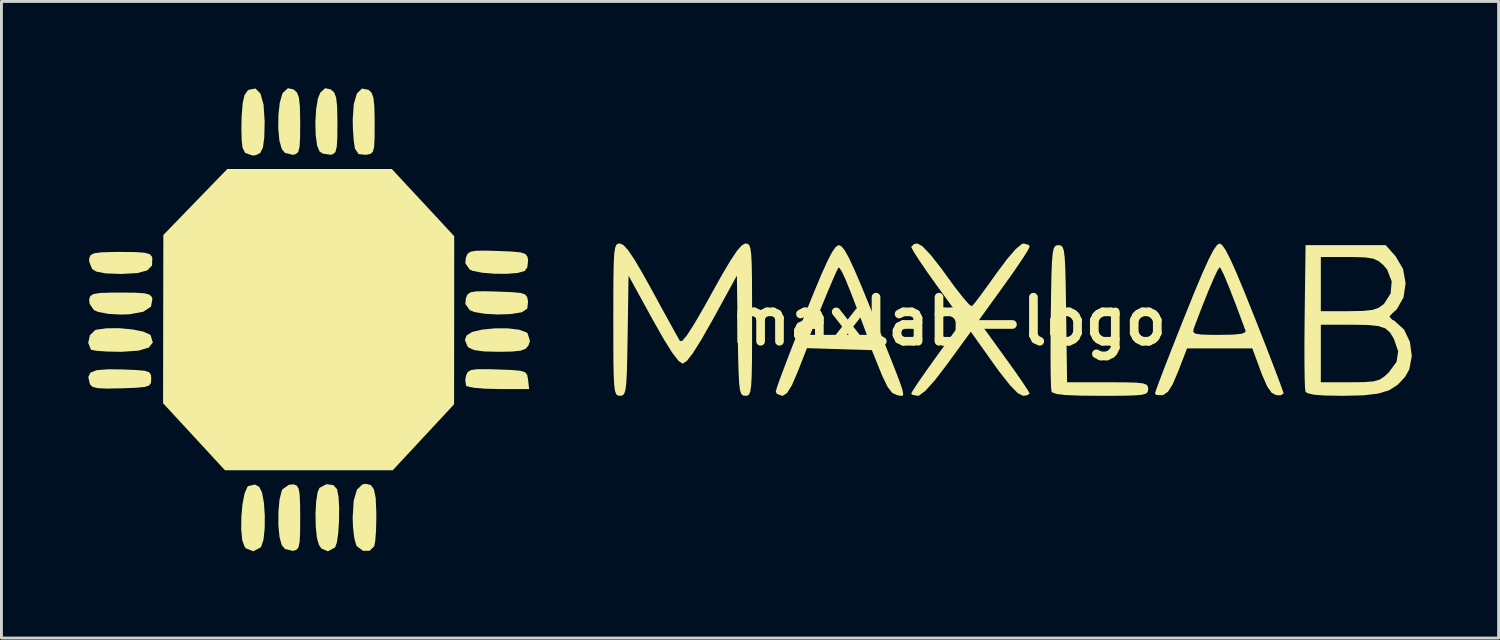
<source format=kicad_pcb>
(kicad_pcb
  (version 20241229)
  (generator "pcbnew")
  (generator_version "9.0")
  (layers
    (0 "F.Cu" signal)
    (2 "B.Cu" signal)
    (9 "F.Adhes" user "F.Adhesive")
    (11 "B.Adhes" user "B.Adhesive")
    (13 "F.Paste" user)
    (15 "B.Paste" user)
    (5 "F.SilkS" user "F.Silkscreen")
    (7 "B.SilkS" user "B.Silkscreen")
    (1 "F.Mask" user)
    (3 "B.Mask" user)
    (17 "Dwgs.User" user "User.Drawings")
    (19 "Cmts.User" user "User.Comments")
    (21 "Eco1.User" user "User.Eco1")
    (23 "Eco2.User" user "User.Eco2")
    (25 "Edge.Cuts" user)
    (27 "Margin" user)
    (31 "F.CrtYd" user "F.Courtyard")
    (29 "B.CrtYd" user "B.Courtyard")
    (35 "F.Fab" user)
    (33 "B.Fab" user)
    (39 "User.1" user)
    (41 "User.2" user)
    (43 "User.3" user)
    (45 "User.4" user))
  (footprint "maxlab-logo"
    (layer "F.Cu")
    (at 29.745 8.061)
    (property "Reference" "maxlab-logo" (at 0 0 0) (layer "F.SilkS") (effects (font (size 1.524 1.524) (thickness 0.3))))
    (attr board_only exclude_from_pos_files exclude_from_bom)
    (fp_poly (pts (xy -18.168 -4.106) (xy -17.089 -2.944) (xy -17.091 -0.038) (xy -17.093 2.868) (xy -18.154 4.009) (xy -19.216 5.15) (xy -25.016 5.15) (xy -27.156 2.832) (xy -27.152 -0.076) (xy -27.147 -2.985) (xy -26.042 -4.126) (xy -24.936 -5.267) (xy -19.247 -5.267)) (stroke (width 0) (type solid)) (fill yes) (layer "F.SilkS"))
    (fp_poly (pts (xy -21.266 5.663) (xy -21.14 5.804) (xy -21.09 6.062) (xy -21.068 6.448) (xy -21.072 6.891) (xy -21.099 7.315) (xy -21.146 7.65) (xy -21.21 7.819) (xy -21.457 7.952) (xy -21.681 7.856) (xy -21.767 7.733) (xy -21.838 7.479) (xy -21.877 7.094) (xy -21.886 6.652) (xy -21.863 6.23) (xy -21.812 5.903) (xy -21.748 5.759) (xy -21.506 5.631)) (stroke (width 0) (type solid)) (fill yes) (layer "F.SilkS"))
    (fp_poly (pts (xy -28.215 0.28) (xy -27.843 0.355) (xy -27.613 0.456) (xy -27.584 0.488) (xy -27.511 0.732) (xy -27.648 0.906) (xy -27.999 1.012) (xy -28.57 1.053) (xy -28.672 1.053) (xy -29.112 1.044) (xy -29.455 1.019) (xy -29.641 0.983) (xy -29.653 0.975) (xy -29.745 0.743) (xy -29.686 0.481) (xy -29.505 0.303) (xy -29.464 0.289) (xy -29.097 0.239) (xy -28.657 0.238)) (stroke (width 0) (type solid)) (fill yes) (layer "F.SilkS"))
    (fp_poly (pts (xy -28.116 -0.99) (xy -27.8 -0.969) (xy -27.626 -0.923) (xy -27.547 -0.842) (xy -27.525 -0.769) (xy -27.575 -0.507) (xy -27.84 -0.332) (xy -28.316 -0.244) (xy -28.619 -0.234) (xy -29.057 -0.259) (xy -29.404 -0.326) (xy -29.546 -0.388) (xy -29.697 -0.604) (xy -29.713 -0.769) (xy -29.67 -0.877) (xy -29.561 -0.944) (xy -29.34 -0.98) (xy -28.96 -0.993) (xy -28.619 -0.995)) (stroke (width 0) (type solid)) (fill yes) (layer "F.SilkS"))
    (fp_poly (pts (xy -23.83 5.727) (xy -23.733 5.924) (xy -23.669 6.278) (xy -23.639 6.716) (xy -23.643 7.164) (xy -23.684 7.548) (xy -23.764 7.793) (xy -23.785 7.819) (xy -24.038 7.952) (xy -24.283 7.853) (xy -24.337 7.795) (xy -24.418 7.573) (xy -24.454 7.206) (xy -24.45 6.767) (xy -24.411 6.325) (xy -24.339 5.954) (xy -24.241 5.725) (xy -24.21 5.696) (xy -23.979 5.643)) (stroke (width 0) (type solid)) (fill yes) (layer "F.SilkS"))
    (fp_poly (pts (xy -23.791 -7.879) (xy -23.683 -7.499) (xy -23.644 -6.921) (xy -23.644 -6.893) (xy -23.657 -6.355) (xy -23.703 -6.01) (xy -23.798 -5.82) (xy -23.956 -5.743) (xy -24.064 -5.735) (xy -24.315 -5.821) (xy -24.409 -6.001) (xy -24.438 -6.253) (xy -24.449 -6.649) (xy -24.44 -7.072) (xy -24.405 -7.537) (xy -24.341 -7.821) (xy -24.233 -7.978) (xy -24.193 -8.006) (xy -23.963 -8.051)) (stroke (width 0) (type solid)) (fill yes) (layer "F.SilkS"))
    (fp_poly (pts (xy -19.973 5.66) (xy -19.865 5.811) (xy -19.805 6.107) (xy -19.783 6.587) (xy -19.782 6.789) (xy -19.792 7.223) (xy -19.818 7.579) (xy -19.853 7.774) (xy -20.012 7.934) (xy -20.243 7.934) (xy -20.449 7.782) (xy -20.48 7.733) (xy -20.545 7.497) (xy -20.589 7.12) (xy -20.601 6.789) (xy -20.565 6.2) (xy -20.454 5.821) (xy -20.263 5.639) (xy -20.141 5.618)) (stroke (width 0) (type solid)) (fill yes) (layer "F.SilkS"))
    (fp_poly (pts (xy -15.588 1.664) (xy -15.1 1.682) (xy -14.799 1.71) (xy -14.636 1.762) (xy -14.565 1.855) (xy -14.537 2.004) (xy -14.536 2.019) (xy -14.499 2.341) (xy -15.553 2.341) (xy -16.031 2.329) (xy -16.413 2.296) (xy -16.642 2.248) (xy -16.68 2.223) (xy -16.708 2.025) (xy -16.678 1.867) (xy -16.622 1.753) (xy -16.513 1.686) (xy -16.299 1.655) (xy -15.933 1.654)) (stroke (width 0) (type solid)) (fill yes) (layer "F.SilkS"))
    (fp_poly (pts (xy -15.237 0.243) (xy -14.849 0.288) (xy -14.592 0.381) (xy -14.55 0.42) (xy -14.47 0.682) (xy -14.523 0.836) (xy -14.618 0.948) (xy -14.789 1.014) (xy -15.09 1.046) (xy -15.558 1.053) (xy -16.072 1.04) (xy -16.4 0.994) (xy -16.588 0.908) (xy -16.629 0.868) (xy -16.72 0.642) (xy -16.661 0.488) (xy -16.47 0.367) (xy -16.121 0.285) (xy -15.685 0.243)) (stroke (width 0) (type solid)) (fill yes) (layer "F.SilkS"))
    (fp_poly (pts (xy -28.113 -2.394) (xy -27.795 -2.372) (xy -27.621 -2.324) (xy -27.544 -2.242) (xy -27.528 -2.189) (xy -27.538 -1.931) (xy -27.702 -1.762) (xy -28.045 -1.669) (xy -28.591 -1.639) (xy -28.619 -1.639) (xy -29.144 -1.658) (xy -29.469 -1.721) (xy -29.609 -1.809) (xy -29.711 -2.06) (xy -29.71 -2.189) (xy -29.663 -2.29) (xy -29.54 -2.353) (xy -29.296 -2.386) (xy -28.885 -2.398) (xy -28.619 -2.4)) (stroke (width 0) (type solid)) (fill yes) (layer "F.SilkS"))
    (fp_poly (pts (xy -15.588 -2.433) (xy -15.099 -2.413) (xy -14.796 -2.384) (xy -14.632 -2.331) (xy -14.559 -2.24) (xy -14.533 -2.12) (xy -14.561 -1.866) (xy -14.65 -1.742) (xy -14.888 -1.674) (xy -15.272 -1.643) (xy -15.718 -1.647) (xy -16.142 -1.683) (xy -16.46 -1.749) (xy -16.555 -1.794) (xy -16.706 -2.009) (xy -16.685 -2.208) (xy -16.63 -2.332) (xy -16.53 -2.406) (xy -16.336 -2.44) (xy -15.997 -2.445)) (stroke (width 0) (type solid)) (fill yes) (layer "F.SilkS"))
    (fp_poly (pts (xy -22.652 -8.02) (xy -22.627 -8.005) (xy -22.523 -7.907) (xy -22.459 -7.734) (xy -22.426 -7.438) (xy -22.416 -6.968) (xy -22.415 -6.835) (xy -22.419 -6.338) (xy -22.438 -6.028) (xy -22.482 -5.859) (xy -22.564 -5.783) (xy -22.671 -5.758) (xy -22.941 -5.823) (xy -23.051 -5.955) (xy -23.134 -6.247) (xy -23.173 -6.668) (xy -23.168 -7.134) (xy -23.121 -7.56) (xy -23.035 -7.861) (xy -23.007 -7.908) (xy -22.839 -8.061)) (stroke (width 0) (type solid)) (fill yes) (layer "F.SilkS"))
    (fp_poly (pts (xy -22.536 5.678) (xy -22.469 5.783) (xy -22.433 5.996) (xy -22.418 6.363) (xy -22.415 6.791) (xy -22.418 7.307) (xy -22.435 7.635) (xy -22.475 7.819) (xy -22.548 7.904) (xy -22.665 7.936) (xy -22.671 7.937) (xy -22.941 7.872) (xy -23.051 7.74) (xy -23.13 7.46) (xy -23.169 7.048) (xy -23.168 6.589) (xy -23.13 6.166) (xy -23.055 5.863) (xy -23.022 5.804) (xy -22.806 5.652) (xy -22.642 5.637)) (stroke (width 0) (type solid)) (fill yes) (layer "F.SilkS"))
    (fp_poly (pts (xy -21.364 -8.02) (xy -21.339 -8.005) (xy -21.235 -7.907) (xy -21.172 -7.734) (xy -21.139 -7.438) (xy -21.128 -6.968) (xy -21.128 -6.835) (xy -21.132 -6.336) (xy -21.152 -6.025) (xy -21.197 -5.855) (xy -21.279 -5.781) (xy -21.363 -5.76) (xy -21.627 -5.798) (xy -21.744 -5.871) (xy -21.831 -6.081) (xy -21.879 -6.445) (xy -21.89 -6.887) (xy -21.864 -7.332) (xy -21.803 -7.703) (xy -21.72 -7.908) (xy -21.551 -8.061)) (stroke (width 0) (type solid)) (fill yes) (layer "F.SilkS"))
    (fp_poly (pts (xy -20.052 -8.005) (xy -19.948 -7.907) (xy -19.884 -7.734) (xy -19.851 -7.438) (xy -19.84 -6.968) (xy -19.84 -6.835) (xy -19.842 -6.339) (xy -19.859 -6.031) (xy -19.902 -5.863) (xy -19.985 -5.789) (xy -20.123 -5.761) (xy -20.147 -5.758) (xy -20.396 -5.783) (xy -20.518 -5.966) (xy -20.526 -5.993) (xy -20.565 -6.255) (xy -20.592 -6.652) (xy -20.599 -6.971) (xy -20.562 -7.517) (xy -20.452 -7.882) (xy -20.278 -8.049)) (stroke (width 0) (type solid)) (fill yes) (layer "F.SilkS"))
    (fp_poly (pts (xy -15.588 -1.029) (xy -15.1 -1.01) (xy -14.798 -0.982) (xy -14.636 -0.929) (xy -14.565 -0.838) (xy -14.538 -0.691) (xy -14.537 -0.688) (xy -14.561 -0.439) (xy -14.745 -0.317) (xy -14.771 -0.31) (xy -15.142 -0.251) (xy -15.593 -0.237) (xy -16.038 -0.262) (xy -16.396 -0.323) (xy -16.555 -0.389) (xy -16.706 -0.604) (xy -16.685 -0.803) (xy -16.63 -0.928) (xy -16.53 -1.002) (xy -16.336 -1.036) (xy -15.997 -1.04)) (stroke (width 0) (type solid)) (fill yes) (layer "F.SilkS"))
    (fp_poly (pts (xy -28.592 1.663) (xy -28.101 1.682) (xy -27.798 1.709) (xy -27.639 1.759) (xy -27.576 1.846) (xy -27.565 1.984) (xy -27.565 1.99) (xy -27.575 2.13) (xy -27.635 2.218) (xy -27.79 2.269) (xy -28.087 2.297) (xy -28.571 2.316) (xy -28.592 2.316) (xy -29.104 2.326) (xy -29.427 2.309) (xy -29.606 2.261) (xy -29.685 2.175) (xy -29.687 2.17) (xy -29.742 1.931) (xy -29.671 1.775) (xy -29.447 1.688) (xy -29.039 1.657)) (stroke (width 0) (type solid)) (fill yes) (layer "F.SilkS"))
    (fp_poly (pts (xy 3.883 -2.624) (xy 3.943 -2.575) (xy 3.986 -2.456) (xy 4.017 -2.238) (xy 4.038 -1.891) (xy 4.052 -1.385) (xy 4.064 -0.689) (xy 4.07 -0.263) (xy 4.102 2.107) (xy 5.504 2.107) (xy 6.096 2.109) (xy 6.493 2.12) (xy 6.734 2.147) (xy 6.857 2.196) (xy 6.901 2.273) (xy 6.906 2.341) (xy 6.894 2.434) (xy 6.833 2.498) (xy 6.689 2.539) (xy 6.424 2.562) (xy 6.004 2.573) (xy 5.391 2.575) (xy 5.264 2.575) (xy 4.561 2.569) (xy 4.066 2.55) (xy 3.752 2.514) (xy 3.593 2.46) (xy 3.564 2.426) (xy 3.548 2.268) (xy 3.537 1.914) (xy 3.531 1.399) (xy 3.531 0.762) (xy 3.536 0.039) (xy 3.538 -0.179) (xy 3.55 -0.996) (xy 3.562 -1.608) (xy 3.579 -2.045) (xy 3.603 -2.336) (xy 3.638 -2.511) (xy 3.686 -2.6) (xy 3.752 -2.63) (xy 3.804 -2.634)) (stroke (width 0) (type solid)) (fill yes) (layer "F.SilkS"))
    (fp_poly (pts (xy 2.776 -2.642) (xy 2.809 -2.582) (xy 2.744 -2.451) (xy 2.566 -2.17) (xy 2.302 -1.779) (xy 1.976 -1.318) (xy 1.924 -1.246) (xy 1.039 -0.02) (xy 1.924 1.201) (xy 2.256 1.664) (xy 2.532 2.059) (xy 2.724 2.348) (xy 2.808 2.491) (xy 2.809 2.498) (xy 2.711 2.561) (xy 2.579 2.575) (xy 2.398 2.484) (xy 2.124 2.204) (xy 1.751 1.729) (xy 1.562 1.467) (xy 0.774 0.359) (xy -0.033 1.467) (xy -0.466 2.034) (xy -0.795 2.401) (xy -1.018 2.566) (xy -1.063 2.575) (xy -1.248 2.541) (xy -1.288 2.498) (xy -1.223 2.379) (xy -1.045 2.11) (xy -0.78 1.729) (xy -0.455 1.273) (xy -0.403 1.201) (xy 0.482 -0.019) (xy -0.403 -1.239) (xy -0.736 -1.706) (xy -1.011 -2.11) (xy -1.204 -2.41) (xy -1.286 -2.567) (xy -1.288 -2.575) (xy -1.19 -2.673) (xy -1.072 -2.692) (xy -0.894 -2.591) (xy -0.613 -2.296) (xy -0.239 -1.818) (xy -0.067 -1.579) (xy 0.249 -1.148) (xy 0.52 -0.804) (xy 0.716 -0.583) (xy 0.808 -0.52) (xy 0.907 -0.632) (xy 1.108 -0.895) (xy 1.381 -1.267) (xy 1.641 -1.633) (xy 2.022 -2.146) (xy 2.328 -2.5) (xy 2.542 -2.676) (xy 2.598 -2.692)) (stroke (width 0) (type solid)) (fill yes) (layer "F.SilkS"))
    (fp_poly (pts (xy -3.696 -2.592) (xy -3.584 -2.451) (xy -3.438 -2.187) (xy -3.248 -1.778) (xy -3.001 -1.201) (xy -2.687 -0.433) (xy -2.607 -0.234) (xy -2.261 0.627) (xy -1.994 1.294) (xy -1.798 1.792) (xy -1.666 2.144) (xy -1.59 2.374) (xy -1.564 2.508) (xy -1.581 2.568) (xy -1.632 2.579) (xy -1.711 2.565) (xy -1.766 2.555) (xy -1.939 2.478) (xy -2.102 2.271) (xy -2.285 1.893) (xy -2.341 1.756) (xy -2.65 0.995) (xy -3.771 0.962) (xy -4.892 0.928) (xy -5.215 1.752) (xy -5.414 2.211) (xy -5.577 2.475) (xy -5.725 2.573) (xy -5.754 2.575) (xy -5.934 2.508) (xy -5.97 2.426) (xy -5.928 2.278) (xy -5.81 1.947) (xy -5.629 1.464) (xy -5.398 0.864) (xy -5.242 0.468) (xy -4.783 0.468) (xy -2.82 0.468) (xy -3.111 -0.306) (xy -3.365 -0.97) (xy -3.553 -1.433) (xy -3.684 -1.718) (xy -3.768 -1.846) (xy -3.806 -1.852) (xy -3.871 -1.726) (xy -4.002 -1.431) (xy -4.178 -1.015) (xy -4.323 -0.663) (xy -4.783 0.468) (xy -5.242 0.468) (xy -5.129 0.179) (xy -4.986 -0.178) (xy -4.652 -1.003) (xy -4.389 -1.63) (xy -4.184 -2.084) (xy -4.027 -2.386) (xy -3.907 -2.561) (xy -3.812 -2.63) (xy -3.786 -2.634)) (stroke (width 0) (type solid)) (fill yes) (layer "F.SilkS"))
    (fp_poly (pts (xy 9.464 -2.638) (xy 9.585 -2.464) (xy 9.747 -2.149) (xy 9.96 -1.674) (xy 10.233 -1.019) (xy 10.576 -0.163) (xy 10.583 -0.146) (xy 10.868 0.578) (xy 11.122 1.231) (xy 11.332 1.78) (xy 11.487 2.194) (xy 11.574 2.441) (xy 11.589 2.495) (xy 11.491 2.557) (xy 11.339 2.554) (xy 11.177 2.472) (xy 11.021 2.252) (xy 10.847 1.853) (xy 10.799 1.726) (xy 10.508 0.936) (xy 8.25 0.936) (xy 7.946 1.726) (xy 7.755 2.175) (xy 7.591 2.435) (xy 7.429 2.546) (xy 7.391 2.554) (xy 7.193 2.547) (xy 7.14 2.497) (xy 7.182 2.365) (xy 7.299 2.048) (xy 7.479 1.577) (xy 7.71 0.984) (xy 7.954 0.364) (xy 8.463 0.364) (xy 8.536 0.425) (xy 8.74 0.457) (xy 9.117 0.467) (xy 9.364 0.468) (xy 9.86 0.459) (xy 10.152 0.427) (xy 10.27 0.368) (xy 10.272 0.322) (xy 9.954 -0.532) (xy 9.703 -1.18) (xy 9.52 -1.619) (xy 9.408 -1.843) (xy 9.378 -1.872) (xy 9.307 -1.769) (xy 9.173 -1.483) (xy 8.99 -1.055) (xy 8.776 -0.521) (xy 8.546 0.079) (xy 8.478 0.263) (xy 8.463 0.364) (xy 7.954 0.364) (xy 7.98 0.299) (xy 8.157 -0.145) (xy 8.504 -1.005) (xy 8.781 -1.664) (xy 8.998 -2.143) (xy 9.162 -2.461) (xy 9.285 -2.637) (xy 9.374 -2.692) (xy 9.375 -2.692)) (stroke (width 0) (type solid)) (fill yes) (layer "F.SilkS"))
    (fp_poly (pts (xy 15.461 -2.251) (xy 15.718 -1.815) (xy 15.808 -1.318) (xy 15.736 -0.829) (xy 15.504 -0.418) (xy 15.352 -0.279) (xy 15.248 -0.166) (xy 15.335 -0.065) (xy 15.428 -0.012) (xy 15.755 0.284) (xy 15.957 0.712) (xy 16.022 1.196) (xy 15.936 1.661) (xy 15.792 1.918) (xy 15.534 2.194) (xy 15.239 2.383) (xy 14.859 2.499) (xy 14.344 2.559) (xy 13.645 2.575) (xy 13.639 2.575) (xy 13.028 2.566) (xy 12.625 2.535) (xy 12.404 2.481) (xy 12.343 2.426) (xy 12.327 2.268) (xy 12.322 2.107) (xy 12.876 2.107) (xy 13.88 2.107) (xy 14.373 2.102) (xy 14.696 2.076) (xy 14.912 2.014) (xy 15.084 1.899) (xy 15.226 1.765) (xy 15.495 1.402) (xy 15.55 1.034) (xy 15.4 0.6) (xy 15.396 0.594) (xy 15.267 0.383) (xy 15.108 0.245) (xy 14.869 0.165) (xy 14.501 0.127) (xy 13.956 0.117) (xy 13.861 0.117) (xy 12.876 0.117) (xy 12.876 2.107) (xy 12.322 2.107) (xy 12.316 1.914) (xy 12.31 1.399) (xy 12.309 0.762) (xy 12.315 0.039) (xy 12.317 -0.179) (xy 12.319 -0.351) (xy 12.876 -0.351) (xy 13.834 -0.351) (xy 14.332 -0.36) (xy 14.659 -0.394) (xy 14.877 -0.468) (xy 15.049 -0.593) (xy 15.063 -0.606) (xy 15.291 -0.965) (xy 15.327 -1.383) (xy 15.169 -1.788) (xy 15.046 -1.937) (xy 14.877 -2.082) (xy 14.685 -2.168) (xy 14.406 -2.211) (xy 13.977 -2.224) (xy 13.817 -2.224) (xy 12.876 -2.224) (xy 12.876 -0.351) (xy 12.319 -0.351) (xy 12.349 -2.634) (xy 15.119 -2.634)) (stroke (width 0) (type solid)) (fill yes) (layer "F.SilkS"))
    (fp_poly (pts (xy -6.942 -2.682) (xy -6.887 -2.633) (xy -6.847 -2.517) (xy -6.819 -2.306) (xy -6.802 -1.97) (xy -6.793 -1.481) (xy -6.79 -0.812) (xy -6.789 -0.059) (xy -6.79 0.791) (xy -6.794 1.436) (xy -6.804 1.903) (xy -6.822 2.221) (xy -6.85 2.419) (xy -6.892 2.525) (xy -6.95 2.568) (xy -7.02 2.575) (xy -7.103 2.564) (xy -7.164 2.508) (xy -7.208 2.377) (xy -7.237 2.138) (xy -7.257 1.759) (xy -7.272 1.208) (xy -7.284 0.497) (xy -7.316 -1.58) (xy -8.15 -0.059) (xy -8.536 0.621) (xy -8.833 1.096) (xy -9.049 1.373) (xy -9.188 1.463) (xy -9.329 1.372) (xy -9.545 1.094) (xy -9.843 0.618) (xy -10.227 -0.059) (xy -11.061 -1.58) (xy -11.093 0.497) (xy -11.106 1.241) (xy -11.12 1.782) (xy -11.141 2.153) (xy -11.171 2.386) (xy -11.215 2.513) (xy -11.277 2.565) (xy -11.357 2.575) (xy -11.431 2.566) (xy -11.488 2.52) (xy -11.529 2.409) (xy -11.557 2.204) (xy -11.574 1.877) (xy -11.584 1.4) (xy -11.587 0.743) (xy -11.588 -0.059) (xy -11.587 -0.909) (xy -11.583 -1.553) (xy -11.573 -2.02) (xy -11.555 -2.339) (xy -11.526 -2.537) (xy -11.484 -2.643) (xy -11.427 -2.685) (xy -11.36 -2.692) (xy -11.238 -2.638) (xy -11.075 -2.459) (xy -10.856 -2.133) (xy -10.564 -1.638) (xy -10.256 -1.083) (xy -9.948 -0.518) (xy -9.674 -0.019) (xy -9.456 0.376) (xy -9.316 0.625) (xy -9.281 0.686) (xy -9.199 0.672) (xy -9.038 0.478) (xy -8.793 0.096) (xy -8.456 -0.484) (xy -8.212 -0.923) (xy -7.828 -1.611) (xy -7.531 -2.111) (xy -7.308 -2.443) (xy -7.144 -2.629) (xy -7.023 -2.692) (xy -7.015 -2.692)) (stroke (width 0) (type solid)) (fill yes) (layer "F.SilkS")))
  (gr_rect
    (start -3 -3)
    (end 48.768 19.013)
    (stroke (width 0.1) (type default))
    (fill no)
    (layer "Edge.Cuts")))
</source>
